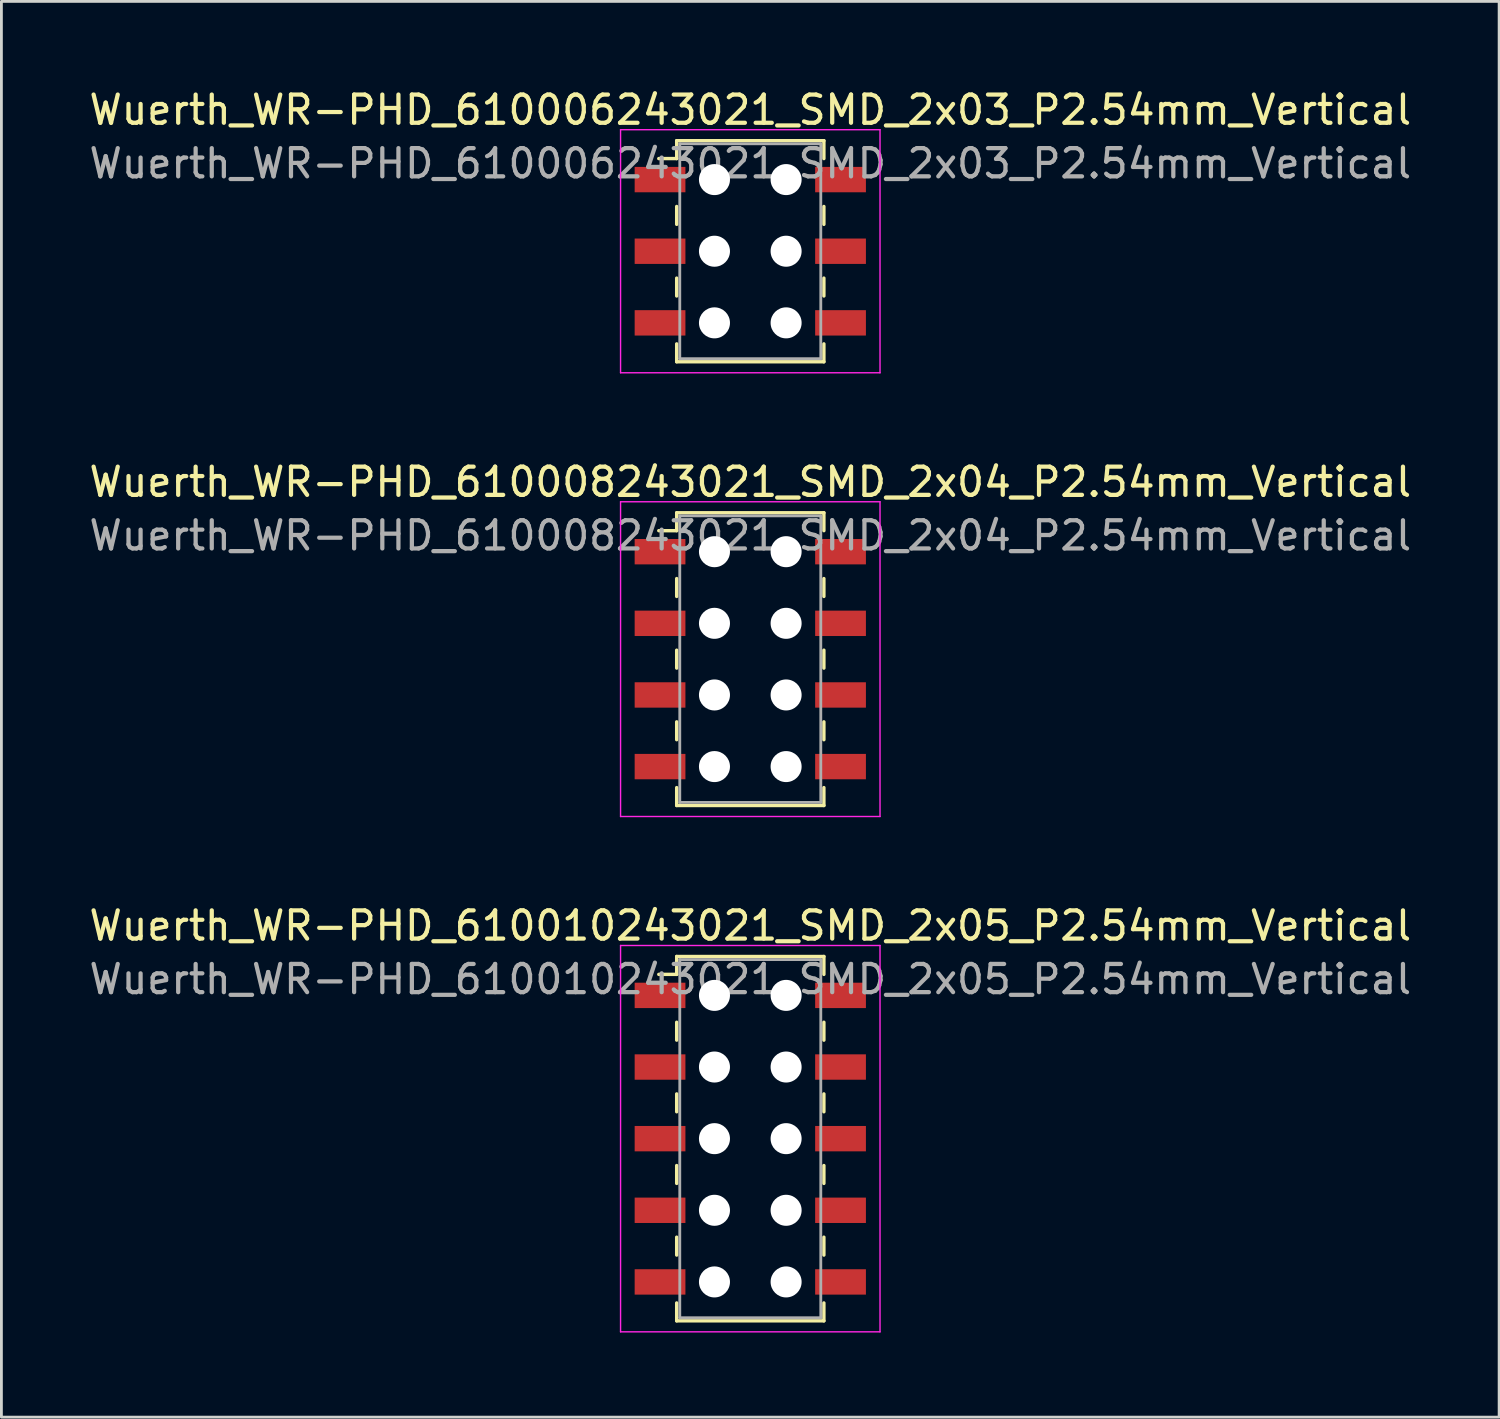
<source format=kicad_pcb>
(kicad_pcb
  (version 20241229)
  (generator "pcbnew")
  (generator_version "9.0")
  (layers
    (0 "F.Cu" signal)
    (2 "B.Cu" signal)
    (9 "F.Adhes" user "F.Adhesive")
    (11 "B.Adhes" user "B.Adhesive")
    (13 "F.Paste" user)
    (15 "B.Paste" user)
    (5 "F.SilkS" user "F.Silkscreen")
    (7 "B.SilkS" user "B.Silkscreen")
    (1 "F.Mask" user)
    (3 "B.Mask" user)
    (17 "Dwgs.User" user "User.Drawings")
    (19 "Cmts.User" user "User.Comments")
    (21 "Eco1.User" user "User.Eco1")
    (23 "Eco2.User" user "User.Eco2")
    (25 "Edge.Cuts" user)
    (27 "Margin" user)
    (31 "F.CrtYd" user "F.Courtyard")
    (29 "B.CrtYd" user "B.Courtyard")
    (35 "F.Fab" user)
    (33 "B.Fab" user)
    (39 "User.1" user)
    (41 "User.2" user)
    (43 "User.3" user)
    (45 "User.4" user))
  (footprint "Wuerth_WR-PHD_610008243021_SMD_2x04_P2.54mm_Vertical"
    (layer "F.Cu")
    (at 23.554 20.322)
    (property "Reference" "Wuerth_WR-PHD_610008243021_SMD_2x04_P2.54mm_Vertical" (at 0 -6.28 0) (layer "F.SilkS") (effects (font (size 1 1) (thickness 0.15))))
    (attr smd)
    (fp_line (start -2.61 -5.19) (end -2.61 -4.555) (stroke (width 0.12) (type solid)) (layer "F.SilkS"))
    (fp_line (start -2.61 -5.19) (end 2.61 -5.19) (stroke (width 0.12) (type solid)) (layer "F.SilkS"))
    (fp_line (start -2.61 -4.555) (end -3.245 -4.555) (stroke (width 0.12) (type solid)) (layer "F.SilkS"))
    (fp_line (start -2.61 -2.857) (end -2.61 -2.223) (stroke (width 0.12) (type solid)) (layer "F.SilkS"))
    (fp_line (start -2.61 -0.318) (end -2.61 0.318) (stroke (width 0.12) (type solid)) (layer "F.SilkS"))
    (fp_line (start -2.61 2.223) (end -2.61 2.857) (stroke (width 0.12) (type solid)) (layer "F.SilkS"))
    (fp_line (start -2.61 5.19) (end -2.61 4.555) (stroke (width 0.12) (type solid)) (layer "F.SilkS"))
    (fp_line (start -2.61 5.19) (end 2.61 5.19) (stroke (width 0.12) (type solid)) (layer "F.SilkS"))
    (fp_line (start 2.61 -5.19) (end 2.61 -4.555) (stroke (width 0.12) (type solid)) (layer "F.SilkS"))
    (fp_line (start 2.61 -2.857) (end 2.61 -2.223) (stroke (width 0.12) (type solid)) (layer "F.SilkS"))
    (fp_line (start 2.61 -0.318) (end 2.61 0.318) (stroke (width 0.12) (type solid)) (layer "F.SilkS"))
    (fp_line (start 2.61 2.223) (end 2.61 2.857) (stroke (width 0.12) (type solid)) (layer "F.SilkS"))
    (fp_line (start 2.61 5.19) (end 2.61 4.555) (stroke (width 0.12) (type solid)) (layer "F.SilkS"))
    (fp_line (start -4.6 -5.58) (end -4.6 5.58) (stroke (width 0.05) (type solid)) (layer "F.CrtYd"))
    (fp_line (start -4.6 5.58) (end 4.6 5.58) (stroke (width 0.05) (type solid)) (layer "F.CrtYd"))
    (fp_line (start 4.6 -5.58) (end -4.6 -5.58) (stroke (width 0.05) (type solid)) (layer "F.CrtYd"))
    (fp_line (start 4.6 5.58) (end 4.6 -5.58) (stroke (width 0.05) (type solid)) (layer "F.CrtYd"))
    (fp_line (start -2.5 -5.08) (end -2.5 5.08) (stroke (width 0.1) (type solid)) (layer "F.Fab"))
    (fp_line (start -2.5 5.08) (end 2.5 5.08) (stroke (width 0.1) (type solid)) (layer "F.Fab"))
    (fp_line (start 2.5 -5.08) (end -2.5 -5.08) (stroke (width 0.1) (type solid)) (layer "F.Fab"))
    (fp_line (start 2.5 5.08) (end 2.5 -5.08) (stroke (width 0.1) (type solid)) (layer "F.Fab"))
    (fp_text user "${REFERENCE}" (at 0 -4.38 0) (layer "F.Fab") (effects (font (size 1 1) (thickness 0.15))))
    (pad "" np_thru_hole circle (at -1.27 -3.81) (size 1.1 1.1) (drill 1.1) (layers "*.Cu" "*.Mask"))
    (pad "" np_thru_hole circle (at -1.27 -1.27) (size 1.1 1.1) (drill 1.1) (layers "*.Cu" "*.Mask"))
    (pad "" np_thru_hole circle (at -1.27 1.27) (size 1.1 1.1) (drill 1.1) (layers "*.Cu" "*.Mask"))
    (pad "" np_thru_hole circle (at -1.27 3.81) (size 1.1 1.1) (drill 1.1) (layers "*.Cu" "*.Mask"))
    (pad "" np_thru_hole circle (at 1.27 -3.81) (size 1.1 1.1) (drill 1.1) (layers "*.Cu" "*.Mask"))
    (pad "" np_thru_hole circle (at 1.27 -1.27) (size 1.1 1.1) (drill 1.1) (layers "*.Cu" "*.Mask"))
    (pad "" np_thru_hole circle (at 1.27 1.27) (size 1.1 1.1) (drill 1.1) (layers "*.Cu" "*.Mask"))
    (pad "" np_thru_hole circle (at 1.27 3.81) (size 1.1 1.1) (drill 1.1) (layers "*.Cu" "*.Mask"))
    (pad "1" smd rect (at -3.2 -3.81) (size 1.8 0.9) (layers "F.Cu" "F.Mask" "F.Paste"))
    (pad "2" smd rect (at 3.2 -3.81) (size 1.8 0.9) (layers "F.Cu" "F.Mask" "F.Paste"))
    (pad "3" smd rect (at -3.2 -1.27) (size 1.8 0.9) (layers "F.Cu" "F.Mask" "F.Paste"))
    (pad "4" smd rect (at 3.2 -1.27) (size 1.8 0.9) (layers "F.Cu" "F.Mask" "F.Paste"))
    (pad "5" smd rect (at -3.2 1.27) (size 1.8 0.9) (layers "F.Cu" "F.Mask" "F.Paste"))
    (pad "6" smd rect (at 3.2 1.27) (size 1.8 0.9) (layers "F.Cu" "F.Mask" "F.Paste"))
    (pad "7" smd rect (at -3.2 3.81) (size 1.8 0.9) (layers "F.Cu" "F.Mask" "F.Paste"))
    (pad "8" smd rect (at 3.2 3.81) (size 1.8 0.9) (layers "F.Cu" "F.Mask" "F.Paste")))
  (footprint "Wuerth_WR-PHD_610006243021_SMD_2x03_P2.54mm_Vertical"
    (layer "F.Cu")
    (at 23.554 5.858)
    (property "Reference" "Wuerth_WR-PHD_610006243021_SMD_2x03_P2.54mm_Vertical" (at 0 -5.01 0) (layer "F.SilkS") (effects (font (size 1 1) (thickness 0.15))))
    (attr smd)
    (fp_line (start -2.61 -3.92) (end -2.61 -3.285) (stroke (width 0.12) (type solid)) (layer "F.SilkS"))
    (fp_line (start -2.61 -3.92) (end 2.61 -3.92) (stroke (width 0.12) (type solid)) (layer "F.SilkS"))
    (fp_line (start -2.61 -3.285) (end -3.245 -3.285) (stroke (width 0.12) (type solid)) (layer "F.SilkS"))
    (fp_line (start -2.61 -1.587) (end -2.61 -0.953) (stroke (width 0.12) (type solid)) (layer "F.SilkS"))
    (fp_line (start -2.61 0.953) (end -2.61 1.587) (stroke (width 0.12) (type solid)) (layer "F.SilkS"))
    (fp_line (start -2.61 3.92) (end -2.61 3.285) (stroke (width 0.12) (type solid)) (layer "F.SilkS"))
    (fp_line (start -2.61 3.92) (end 2.61 3.92) (stroke (width 0.12) (type solid)) (layer "F.SilkS"))
    (fp_line (start 2.61 -3.92) (end 2.61 -3.285) (stroke (width 0.12) (type solid)) (layer "F.SilkS"))
    (fp_line (start 2.61 -1.587) (end 2.61 -0.953) (stroke (width 0.12) (type solid)) (layer "F.SilkS"))
    (fp_line (start 2.61 0.953) (end 2.61 1.587) (stroke (width 0.12) (type solid)) (layer "F.SilkS"))
    (fp_line (start 2.61 3.92) (end 2.61 3.285) (stroke (width 0.12) (type solid)) (layer "F.SilkS"))
    (fp_line (start -4.6 -4.31) (end -4.6 4.31) (stroke (width 0.05) (type solid)) (layer "F.CrtYd"))
    (fp_line (start -4.6 4.31) (end 4.6 4.31) (stroke (width 0.05) (type solid)) (layer "F.CrtYd"))
    (fp_line (start 4.6 -4.31) (end -4.6 -4.31) (stroke (width 0.05) (type solid)) (layer "F.CrtYd"))
    (fp_line (start 4.6 4.31) (end 4.6 -4.31) (stroke (width 0.05) (type solid)) (layer "F.CrtYd"))
    (fp_line (start -2.5 -3.81) (end -2.5 3.81) (stroke (width 0.1) (type solid)) (layer "F.Fab"))
    (fp_line (start -2.5 3.81) (end 2.5 3.81) (stroke (width 0.1) (type solid)) (layer "F.Fab"))
    (fp_line (start 2.5 -3.81) (end -2.5 -3.81) (stroke (width 0.1) (type solid)) (layer "F.Fab"))
    (fp_line (start 2.5 3.81) (end 2.5 -3.81) (stroke (width 0.1) (type solid)) (layer "F.Fab"))
    (fp_text user "${REFERENCE}" (at 0 -3.11 0) (layer "F.Fab") (effects (font (size 1 1) (thickness 0.15))))
    (pad "" np_thru_hole circle (at -1.27 -2.54) (size 1.1 1.1) (drill 1.1) (layers "*.Cu" "*.Mask"))
    (pad "" np_thru_hole circle (at -1.27 0) (size 1.1 1.1) (drill 1.1) (layers "*.Cu" "*.Mask"))
    (pad "" np_thru_hole circle (at -1.27 2.54) (size 1.1 1.1) (drill 1.1) (layers "*.Cu" "*.Mask"))
    (pad "" np_thru_hole circle (at 1.27 -2.54) (size 1.1 1.1) (drill 1.1) (layers "*.Cu" "*.Mask"))
    (pad "" np_thru_hole circle (at 1.27 0) (size 1.1 1.1) (drill 1.1) (layers "*.Cu" "*.Mask"))
    (pad "" np_thru_hole circle (at 1.27 2.54) (size 1.1 1.1) (drill 1.1) (layers "*.Cu" "*.Mask"))
    (pad "1" smd rect (at -3.2 -2.54) (size 1.8 0.9) (layers "F.Cu" "F.Mask" "F.Paste"))
    (pad "2" smd rect (at 3.2 -2.54) (size 1.8 0.9) (layers "F.Cu" "F.Mask" "F.Paste"))
    (pad "3" smd rect (at -3.2 0) (size 1.8 0.9) (layers "F.Cu" "F.Mask" "F.Paste"))
    (pad "4" smd rect (at 3.2 0) (size 1.8 0.9) (layers "F.Cu" "F.Mask" "F.Paste"))
    (pad "5" smd rect (at -3.2 2.54) (size 1.8 0.9) (layers "F.Cu" "F.Mask" "F.Paste"))
    (pad "6" smd rect (at 3.2 2.54) (size 1.8 0.9) (layers "F.Cu" "F.Mask" "F.Paste")))
  (footprint "Wuerth_WR-PHD_610010243021_SMD_2x05_P2.54mm_Vertical"
    (layer "F.Cu")
    (at 23.554 37.325)
    (property "Reference" "Wuerth_WR-PHD_610010243021_SMD_2x05_P2.54mm_Vertical" (at 0 -7.55 0) (layer "F.SilkS") (effects (font (size 1 1) (thickness 0.15))))
    (attr smd)
    (fp_line (start -2.61 -6.46) (end -2.61 -5.825) (stroke (width 0.12) (type solid)) (layer "F.SilkS"))
    (fp_line (start -2.61 -6.46) (end 2.61 -6.46) (stroke (width 0.12) (type solid)) (layer "F.SilkS"))
    (fp_line (start -2.61 -5.825) (end -3.245 -5.825) (stroke (width 0.12) (type solid)) (layer "F.SilkS"))
    (fp_line (start -2.61 -4.128) (end -2.61 -3.493) (stroke (width 0.12) (type solid)) (layer "F.SilkS"))
    (fp_line (start -2.61 -1.587) (end -2.61 -0.953) (stroke (width 0.12) (type solid)) (layer "F.SilkS"))
    (fp_line (start -2.61 0.953) (end -2.61 1.587) (stroke (width 0.12) (type solid)) (layer "F.SilkS"))
    (fp_line (start -2.61 3.493) (end -2.61 4.128) (stroke (width 0.12) (type solid)) (layer "F.SilkS"))
    (fp_line (start -2.61 6.46) (end -2.61 5.825) (stroke (width 0.12) (type solid)) (layer "F.SilkS"))
    (fp_line (start -2.61 6.46) (end 2.61 6.46) (stroke (width 0.12) (type solid)) (layer "F.SilkS"))
    (fp_line (start 2.61 -6.46) (end 2.61 -5.825) (stroke (width 0.12) (type solid)) (layer "F.SilkS"))
    (fp_line (start 2.61 -4.128) (end 2.61 -3.493) (stroke (width 0.12) (type solid)) (layer "F.SilkS"))
    (fp_line (start 2.61 -1.587) (end 2.61 -0.953) (stroke (width 0.12) (type solid)) (layer "F.SilkS"))
    (fp_line (start 2.61 0.953) (end 2.61 1.587) (stroke (width 0.12) (type solid)) (layer "F.SilkS"))
    (fp_line (start 2.61 3.493) (end 2.61 4.128) (stroke (width 0.12) (type solid)) (layer "F.SilkS"))
    (fp_line (start 2.61 6.46) (end 2.61 5.825) (stroke (width 0.12) (type solid)) (layer "F.SilkS"))
    (fp_line (start -4.6 -6.85) (end -4.6 6.85) (stroke (width 0.05) (type solid)) (layer "F.CrtYd"))
    (fp_line (start -4.6 6.85) (end 4.6 6.85) (stroke (width 0.05) (type solid)) (layer "F.CrtYd"))
    (fp_line (start 4.6 -6.85) (end -4.6 -6.85) (stroke (width 0.05) (type solid)) (layer "F.CrtYd"))
    (fp_line (start 4.6 6.85) (end 4.6 -6.85) (stroke (width 0.05) (type solid)) (layer "F.CrtYd"))
    (fp_line (start -2.5 -6.35) (end -2.5 6.35) (stroke (width 0.1) (type solid)) (layer "F.Fab"))
    (fp_line (start -2.5 6.35) (end 2.5 6.35) (stroke (width 0.1) (type solid)) (layer "F.Fab"))
    (fp_line (start 2.5 -6.35) (end -2.5 -6.35) (stroke (width 0.1) (type solid)) (layer "F.Fab"))
    (fp_line (start 2.5 6.35) (end 2.5 -6.35) (stroke (width 0.1) (type solid)) (layer "F.Fab"))
    (fp_text user "${REFERENCE}" (at 0 -5.65 0) (layer "F.Fab") (effects (font (size 1 1) (thickness 0.15))))
    (pad "" np_thru_hole circle (at -1.27 -5.08) (size 1.1 1.1) (drill 1.1) (layers "*.Cu" "*.Mask"))
    (pad "" np_thru_hole circle (at -1.27 -2.54) (size 1.1 1.1) (drill 1.1) (layers "*.Cu" "*.Mask"))
    (pad "" np_thru_hole circle (at -1.27 0) (size 1.1 1.1) (drill 1.1) (layers "*.Cu" "*.Mask"))
    (pad "" np_thru_hole circle (at -1.27 2.54) (size 1.1 1.1) (drill 1.1) (layers "*.Cu" "*.Mask"))
    (pad "" np_thru_hole circle (at -1.27 5.08) (size 1.1 1.1) (drill 1.1) (layers "*.Cu" "*.Mask"))
    (pad "" np_thru_hole circle (at 1.27 -5.08) (size 1.1 1.1) (drill 1.1) (layers "*.Cu" "*.Mask"))
    (pad "" np_thru_hole circle (at 1.27 -2.54) (size 1.1 1.1) (drill 1.1) (layers "*.Cu" "*.Mask"))
    (pad "" np_thru_hole circle (at 1.27 0) (size 1.1 1.1) (drill 1.1) (layers "*.Cu" "*.Mask"))
    (pad "" np_thru_hole circle (at 1.27 2.54) (size 1.1 1.1) (drill 1.1) (layers "*.Cu" "*.Mask"))
    (pad "" np_thru_hole circle (at 1.27 5.08) (size 1.1 1.1) (drill 1.1) (layers "*.Cu" "*.Mask"))
    (pad "1" smd rect (at -3.2 -5.08) (size 1.8 0.9) (layers "F.Cu" "F.Mask" "F.Paste"))
    (pad "2" smd rect (at 3.2 -5.08) (size 1.8 0.9) (layers "F.Cu" "F.Mask" "F.Paste"))
    (pad "3" smd rect (at -3.2 -2.54) (size 1.8 0.9) (layers "F.Cu" "F.Mask" "F.Paste"))
    (pad "4" smd rect (at 3.2 -2.54) (size 1.8 0.9) (layers "F.Cu" "F.Mask" "F.Paste"))
    (pad "5" smd rect (at -3.2 0) (size 1.8 0.9) (layers "F.Cu" "F.Mask" "F.Paste"))
    (pad "6" smd rect (at 3.2 0) (size 1.8 0.9) (layers "F.Cu" "F.Mask" "F.Paste"))
    (pad "7" smd rect (at -3.2 2.54) (size 1.8 0.9) (layers "F.Cu" "F.Mask" "F.Paste"))
    (pad "8" smd rect (at 3.2 2.54) (size 1.8 0.9) (layers "F.Cu" "F.Mask" "F.Paste"))
    (pad "9" smd rect (at -3.2 5.08) (size 1.8 0.9) (layers "F.Cu" "F.Mask" "F.Paste"))
    (pad "10" smd rect (at 3.2 5.08) (size 1.8 0.9) (layers "F.Cu" "F.Mask" "F.Paste")))
  (gr_rect
    (start -3 -3)
    (end 50.107 47.2)
    (stroke (width 0.1) (type default))
    (fill no)
    (layer "Edge.Cuts")))
</source>
